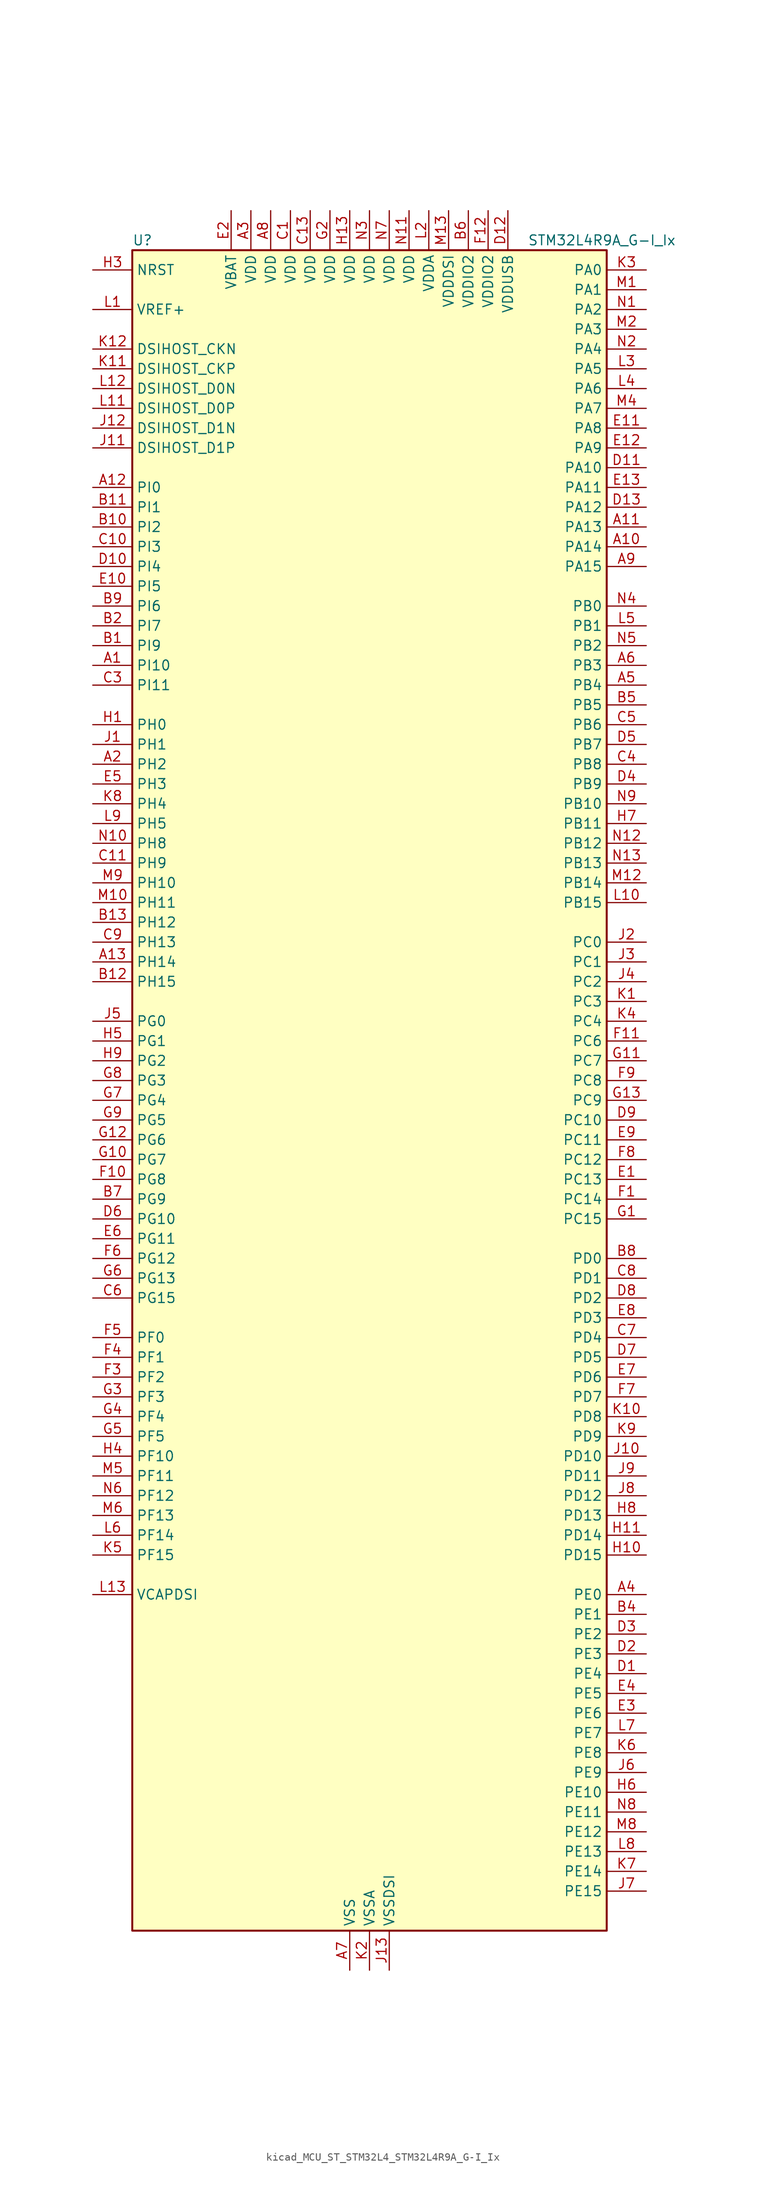
<source format=kicad_sym>
(kicad_symbol_lib
  (version 20220914)
  (generator kicad_symbol_editor)
  (symbol "kicad_MCU_ST_STM32L4_STM32L4R9A_G-I_Ix"
    (property "Reference" "U"
      (at -30.48 110.49 0)
      (effects (font (size 1.27 1.27)) (justify left)))
    (property "Value" "STM32L4R9A_G-I_Ix"
      (at 20.32 110.49 0)
      (effects (font (size 1.27 1.27)) (justify left)))
    (property "ki_locked" ""
      (at 0 0 0)
      (effects (font (size 1.27 1.27))))
    (symbol "kicad_MCU_ST_STM32L4_STM32L4R9A_G-I_Ix_0_1"
      (rectangle (start -30.48 -106.68) (end 30.48 109.22) (stroke (width 0.254) (type default)) (fill (type background))))
    (symbol "kicad_MCU_ST_STM32L4_STM32L4R9A_G-I_Ix_1_1"
      (pin bidirectional line (at -35.56 55.88 0) (length 5.08) (name "PI10" (effects (font (size 1.27 1.27)))) (number "A1" (effects (font (size 1.27 1.27)))) (alternate "OCTOSPIM_P2_IO1" bidirectional line))
      (pin bidirectional line (at 35.56 71.12 180) (length 5.08) (name "PA14" (effects (font (size 1.27 1.27)))) (number "A10" (effects (font (size 1.27 1.27)))) (alternate "I2C1_SMBA" bidirectional line) (alternate "I2C4_SMBA" bidirectional line) (alternate "LPTIM1_OUT" bidirectional line) (alternate "SAI1_FS_B" bidirectional line) (alternate "SYS_JTCK-SWCLK" bidirectional line) (alternate "USB_OTG_FS_SOF" bidirectional line))
      (pin bidirectional line (at 35.56 73.66 180) (length 5.08) (name "PA13" (effects (font (size 1.27 1.27)))) (number "A11" (effects (font (size 1.27 1.27)))) (alternate "IR_OUT" bidirectional line) (alternate "SAI1_SD_B" bidirectional line) (alternate "SYS_JTMS-SWDIO" bidirectional line) (alternate "USB_OTG_FS_NOE" bidirectional line))
      (pin bidirectional line (at -35.56 78.74 0) (length 5.08) (name "PI0" (effects (font (size 1.27 1.27)))) (number "A12" (effects (font (size 1.27 1.27)))) (alternate "DCMI_D13" bidirectional line) (alternate "OCTOSPIM_P1_IO5" bidirectional line) (alternate "SPI2_NSS" bidirectional line) (alternate "TIM5_CH4" bidirectional line))
      (pin bidirectional line (at -35.56 17.78 0) (length 5.08) (name "PH14" (effects (font (size 1.27 1.27)))) (number "A13" (effects (font (size 1.27 1.27)))) (alternate "DCMI_D4" bidirectional line) (alternate "TIM8_CH2N" bidirectional line))
      (pin bidirectional line (at -35.56 43.18 0) (length 5.08) (name "PH2" (effects (font (size 1.27 1.27)))) (number "A2" (effects (font (size 1.27 1.27)))) (alternate "OCTOSPIM_P1_IO4" bidirectional line))
      (pin power_in line (at -15.24 114.3 270) (length 5.08) (name "VDD" (effects (font (size 1.27 1.27)))) (number "A3" (effects (font (size 1.27 1.27)))))
      (pin bidirectional line (at 35.56 -63.5 180) (length 5.08) (name "PE0" (effects (font (size 1.27 1.27)))) (number "A4" (effects (font (size 1.27 1.27)))) (alternate "DCMI_D2" bidirectional line) (alternate "FMC_NBL0" bidirectional line) (alternate "LTDC_HSYNC" bidirectional line) (alternate "TIM16_CH1" bidirectional line) (alternate "TIM4_ETR" bidirectional line))
      (pin bidirectional line (at 35.56 53.34 180) (length 5.08) (name "PB4" (effects (font (size 1.27 1.27)))) (number "A5" (effects (font (size 1.27 1.27)))) (alternate "COMP2_INP" bidirectional line) (alternate "DCMI_D12" bidirectional line) (alternate "I2C3_SDA" bidirectional line) (alternate "SAI1_MCLK_B" bidirectional line) (alternate "SPI1_MISO" bidirectional line) (alternate "SPI3_MISO" bidirectional line) (alternate "SYS_JTRST" bidirectional line) (alternate "TIM17_BKIN" bidirectional line) (alternate "TIM3_CH1" bidirectional line) (alternate "TSC_G2_IO1" bidirectional line) (alternate "UART5_DE" bidirectional line) (alternate "UART5_RTS" bidirectional line) (alternate "USART1_CTS" bidirectional line) (alternate "USART1_NSS" bidirectional line))
      (pin bidirectional line (at 35.56 55.88 180) (length 5.08) (name "PB3" (effects (font (size 1.27 1.27)))) (number "A6" (effects (font (size 1.27 1.27)))) (alternate "COMP2_INM" bidirectional line) (alternate "CRS_SYNC" bidirectional line) (alternate "SAI1_SCK_B" bidirectional line) (alternate "SPI1_SCK" bidirectional line) (alternate "SPI3_SCK" bidirectional line) (alternate "SYS_JTDO-SWO" bidirectional line) (alternate "TIM2_CH2" bidirectional line) (alternate "USART1_DE" bidirectional line) (alternate "USART1_RTS" bidirectional line))
      (pin power_in line (at -2.54 -111.76 90) (length 5.08) (name "VSS" (effects (font (size 1.27 1.27)))) (number "A7" (effects (font (size 1.27 1.27)))))
      (pin power_in line (at -12.7 114.3 270) (length 5.08) (name "VDD" (effects (font (size 1.27 1.27)))) (number "A8" (effects (font (size 1.27 1.27)))))
      (pin bidirectional line (at 35.56 68.58 180) (length 5.08) (name "PA15" (effects (font (size 1.27 1.27)))) (number "A9" (effects (font (size 1.27 1.27)))) (alternate "ADC1_EXTI15" bidirectional line) (alternate "SAI2_FS_B" bidirectional line) (alternate "SPI1_NSS" bidirectional line) (alternate "SPI3_NSS" bidirectional line) (alternate "SYS_JTDI" bidirectional line) (alternate "TIM2_CH1" bidirectional line) (alternate "TIM2_ETR" bidirectional line) (alternate "TSC_G3_IO1" bidirectional line) (alternate "UART4_DE" bidirectional line) (alternate "UART4_RTS" bidirectional line) (alternate "USART2_RX" bidirectional line) (alternate "USART3_DE" bidirectional line) (alternate "USART3_RTS" bidirectional line))
      (pin bidirectional line (at -35.56 58.42 0) (length 5.08) (name "PI9" (effects (font (size 1.27 1.27)))) (number "B1" (effects (font (size 1.27 1.27)))) (alternate "CAN1_RX" bidirectional line) (alternate "DAC1_EXTI9" bidirectional line) (alternate "OCTOSPIM_P2_IO2" bidirectional line))
      (pin bidirectional line (at -35.56 73.66 0) (length 5.08) (name "PI2" (effects (font (size 1.27 1.27)))) (number "B10" (effects (font (size 1.27 1.27)))) (alternate "DCMI_D9" bidirectional line) (alternate "SPI2_MISO" bidirectional line) (alternate "TIM8_CH4" bidirectional line))
      (pin bidirectional line (at -35.56 76.2 0) (length 5.08) (name "PI1" (effects (font (size 1.27 1.27)))) (number "B11" (effects (font (size 1.27 1.27)))) (alternate "DCMI_D8" bidirectional line) (alternate "SPI2_SCK" bidirectional line))
      (pin bidirectional line (at -35.56 15.24 0) (length 5.08) (name "PH15" (effects (font (size 1.27 1.27)))) (number "B12" (effects (font (size 1.27 1.27)))) (alternate "ADC1_EXTI15" bidirectional line) (alternate "DCMI_D11" bidirectional line) (alternate "OCTOSPIM_P2_IO6" bidirectional line) (alternate "TIM8_CH3N" bidirectional line))
      (pin bidirectional line (at -35.56 22.86 0) (length 5.08) (name "PH12" (effects (font (size 1.27 1.27)))) (number "B13" (effects (font (size 1.27 1.27)))) (alternate "DCMI_D3" bidirectional line) (alternate "OCTOSPIM_P2_IO7" bidirectional line) (alternate "TIM5_CH3" bidirectional line))
      (pin bidirectional line (at -35.56 60.96 0) (length 5.08) (name "PI7" (effects (font (size 1.27 1.27)))) (number "B2" (effects (font (size 1.27 1.27)))) (alternate "DCMI_D7" bidirectional line) (alternate "TIM8_CH3" bidirectional line))
      (pin passive line (at -2.54 -111.76 90) (length 5.08) hide (name "VSS" (effects (font (size 1.27 1.27)))) (number "B3" (effects (font (size 1.27 1.27)))))
      (pin bidirectional line (at 35.56 -66.04 180) (length 5.08) (name "PE1" (effects (font (size 1.27 1.27)))) (number "B4" (effects (font (size 1.27 1.27)))) (alternate "DCMI_D3" bidirectional line) (alternate "FMC_NBL1" bidirectional line) (alternate "LTDC_VSYNC" bidirectional line) (alternate "TIM17_CH1" bidirectional line))
      (pin bidirectional line (at 35.56 50.8 180) (length 5.08) (name "PB5" (effects (font (size 1.27 1.27)))) (number "B5" (effects (font (size 1.27 1.27)))) (alternate "COMP2_OUT" bidirectional line) (alternate "DCMI_D10" bidirectional line) (alternate "I2C1_SMBA" bidirectional line) (alternate "LPTIM1_IN1" bidirectional line) (alternate "SAI1_SD_B" bidirectional line) (alternate "SPI1_MOSI" bidirectional line) (alternate "SPI3_MOSI" bidirectional line) (alternate "TIM16_BKIN" bidirectional line) (alternate "TIM3_CH2" bidirectional line) (alternate "TSC_G2_IO2" bidirectional line) (alternate "UART5_CTS" bidirectional line) (alternate "USART1_CK" bidirectional line))
      (pin power_in line (at 12.7 114.3 270) (length 5.08) (name "VDDIO2" (effects (font (size 1.27 1.27)))) (number "B6" (effects (font (size 1.27 1.27)))))
      (pin bidirectional line (at -35.56 -12.7 0) (length 5.08) (name "PG9" (effects (font (size 1.27 1.27)))) (number "B7" (effects (font (size 1.27 1.27)))) (alternate "DAC1_EXTI9" bidirectional line) (alternate "FMC_NCE" bidirectional line) (alternate "FMC_NE2" bidirectional line) (alternate "OCTOSPIM_P2_IO6" bidirectional line) (alternate "SAI2_SCK_A" bidirectional line) (alternate "SPI3_SCK" bidirectional line) (alternate "TIM15_CH1N" bidirectional line) (alternate "USART1_TX" bidirectional line))
      (pin bidirectional line (at 35.56 -20.32 180) (length 5.08) (name "PD0" (effects (font (size 1.27 1.27)))) (number "B8" (effects (font (size 1.27 1.27)))) (alternate "CAN1_RX" bidirectional line) (alternate "DFSDM1_DATIN7" bidirectional line) (alternate "FMC_D2" bidirectional line) (alternate "FMC_DA2" bidirectional line) (alternate "LTDC_B4" bidirectional line) (alternate "SPI2_NSS" bidirectional line))
      (pin bidirectional line (at -35.56 63.5 0) (length 5.08) (name "PI6" (effects (font (size 1.27 1.27)))) (number "B9" (effects (font (size 1.27 1.27)))) (alternate "DCMI_D6" bidirectional line) (alternate "OCTOSPIM_P2_CLK" bidirectional line) (alternate "TIM8_CH2" bidirectional line))
      (pin power_in line (at -10.16 114.3 270) (length 5.08) (name "VDD" (effects (font (size 1.27 1.27)))) (number "C1" (effects (font (size 1.27 1.27)))))
      (pin bidirectional line (at -35.56 71.12 0) (length 5.08) (name "PI3" (effects (font (size 1.27 1.27)))) (number "C10" (effects (font (size 1.27 1.27)))) (alternate "DCMI_D10" bidirectional line) (alternate "SPI2_MOSI" bidirectional line) (alternate "TIM8_ETR" bidirectional line))
      (pin bidirectional line (at -35.56 30.48 0) (length 5.08) (name "PH9" (effects (font (size 1.27 1.27)))) (number "C11" (effects (font (size 1.27 1.27)))) (alternate "DAC1_EXTI9" bidirectional line) (alternate "DCMI_D0" bidirectional line) (alternate "I2C3_SMBA" bidirectional line) (alternate "OCTOSPIM_P2_IO4" bidirectional line))
      (pin passive line (at -2.54 -111.76 90) (length 5.08) hide (name "VSS" (effects (font (size 1.27 1.27)))) (number "C12" (effects (font (size 1.27 1.27)))))
      (pin power_in line (at -7.62 114.3 270) (length 5.08) (name "VDD" (effects (font (size 1.27 1.27)))) (number "C13" (effects (font (size 1.27 1.27)))))
      (pin passive line (at -2.54 -111.76 90) (length 5.08) hide (name "VSS" (effects (font (size 1.27 1.27)))) (number "C2" (effects (font (size 1.27 1.27)))))
      (pin bidirectional line (at -35.56 53.34 0) (length 5.08) (name "PI11" (effects (font (size 1.27 1.27)))) (number "C3" (effects (font (size 1.27 1.27)))) (alternate "ADC1_EXTI11" bidirectional line) (alternate "OCTOSPIM_P2_IO0" bidirectional line))
      (pin bidirectional line (at 35.56 43.18 180) (length 5.08) (name "PB8" (effects (font (size 1.27 1.27)))) (number "C4" (effects (font (size 1.27 1.27)))) (alternate "CAN1_RX" bidirectional line) (alternate "DCMI_D6" bidirectional line) (alternate "DFSDM1_CKOUT" bidirectional line) (alternate "DFSDM1_DATIN6" bidirectional line) (alternate "I2C1_SCL" bidirectional line) (alternate "LTDC_B1" bidirectional line) (alternate "SAI1_CK1" bidirectional line) (alternate "SAI1_MCLK_A" bidirectional line) (alternate "SDMMC1_CKIN" bidirectional line) (alternate "SDMMC1_D4" bidirectional line) (alternate "TIM16_CH1" bidirectional line) (alternate "TIM4_CH3" bidirectional line))
      (pin bidirectional line (at 35.56 48.26 180) (length 5.08) (name "PB6" (effects (font (size 1.27 1.27)))) (number "C5" (effects (font (size 1.27 1.27)))) (alternate "COMP2_INP" bidirectional line) (alternate "DCMI_D5" bidirectional line) (alternate "DFSDM1_DATIN5" bidirectional line) (alternate "I2C1_SCL" bidirectional line) (alternate "I2C4_SCL" bidirectional line) (alternate "LPTIM1_ETR" bidirectional line) (alternate "SAI1_FS_B" bidirectional line) (alternate "TIM16_CH1N" bidirectional line) (alternate "TIM4_CH1" bidirectional line) (alternate "TIM8_BKIN2" bidirectional line) (alternate "TSC_G2_IO3" bidirectional line) (alternate "USART1_TX" bidirectional line))
      (pin bidirectional line (at -35.56 -25.4 0) (length 5.08) (name "PG15" (effects (font (size 1.27 1.27)))) (number "C6" (effects (font (size 1.27 1.27)))) (alternate "ADC1_EXTI15" bidirectional line) (alternate "DCMI_D13" bidirectional line) (alternate "I2C1_SMBA" bidirectional line) (alternate "LPTIM1_OUT" bidirectional line) (alternate "OCTOSPIM_P2_DQS" bidirectional line))
      (pin bidirectional line (at 35.56 -30.48 180) (length 5.08) (name "PD4" (effects (font (size 1.27 1.27)))) (number "C7" (effects (font (size 1.27 1.27)))) (alternate "DFSDM1_CKIN0" bidirectional line) (alternate "FMC_NOE" bidirectional line) (alternate "OCTOSPIM_P1_IO4" bidirectional line) (alternate "SPI2_MOSI" bidirectional line) (alternate "USART2_DE" bidirectional line) (alternate "USART2_RTS" bidirectional line))
      (pin bidirectional line (at 35.56 -22.86 180) (length 5.08) (name "PD1" (effects (font (size 1.27 1.27)))) (number "C8" (effects (font (size 1.27 1.27)))) (alternate "CAN1_TX" bidirectional line) (alternate "DFSDM1_CKIN7" bidirectional line) (alternate "FMC_D3" bidirectional line) (alternate "FMC_DA3" bidirectional line) (alternate "LTDC_B5" bidirectional line) (alternate "SPI2_SCK" bidirectional line))
      (pin bidirectional line (at -35.56 20.32 0) (length 5.08) (name "PH13" (effects (font (size 1.27 1.27)))) (number "C9" (effects (font (size 1.27 1.27)))) (alternate "CAN1_TX" bidirectional line) (alternate "TIM8_CH1N" bidirectional line))
      (pin bidirectional line (at 35.56 -73.66 180) (length 5.08) (name "PE4" (effects (font (size 1.27 1.27)))) (number "D1" (effects (font (size 1.27 1.27)))) (alternate "DCMI_D4" bidirectional line) (alternate "DFSDM1_DATIN3" bidirectional line) (alternate "FMC_A20" bidirectional line) (alternate "LTDC_B0" bidirectional line) (alternate "SAI1_D2" bidirectional line) (alternate "SAI1_FS_A" bidirectional line) (alternate "SYS_TRACED1" bidirectional line) (alternate "TIM3_CH2" bidirectional line) (alternate "TSC_G7_IO3" bidirectional line))
      (pin bidirectional line (at -35.56 68.58 0) (length 5.08) (name "PI4" (effects (font (size 1.27 1.27)))) (number "D10" (effects (font (size 1.27 1.27)))) (alternate "DCMI_D5" bidirectional line) (alternate "TIM8_BKIN" bidirectional line))
      (pin bidirectional line (at 35.56 81.28 180) (length 5.08) (name "PA10" (effects (font (size 1.27 1.27)))) (number "D11" (effects (font (size 1.27 1.27)))) (alternate "DCMI_D1" bidirectional line) (alternate "SAI1_D1" bidirectional line) (alternate "SAI1_SD_A" bidirectional line) (alternate "TIM17_BKIN" bidirectional line) (alternate "TIM1_CH3" bidirectional line) (alternate "USART1_RX" bidirectional line) (alternate "USB_OTG_FS_ID" bidirectional line))
      (pin power_in line (at 17.78 114.3 270) (length 5.08) (name "VDDUSB" (effects (font (size 1.27 1.27)))) (number "D12" (effects (font (size 1.27 1.27)))))
      (pin bidirectional line (at 35.56 76.2 180) (length 5.08) (name "PA12" (effects (font (size 1.27 1.27)))) (number "D13" (effects (font (size 1.27 1.27)))) (alternate "CAN1_TX" bidirectional line) (alternate "SPI1_MOSI" bidirectional line) (alternate "TIM1_ETR" bidirectional line) (alternate "USART1_DE" bidirectional line) (alternate "USART1_RTS" bidirectional line) (alternate "USB_OTG_FS_DP" bidirectional line))
      (pin bidirectional line (at 35.56 -71.12 180) (length 5.08) (name "PE3" (effects (font (size 1.27 1.27)))) (number "D2" (effects (font (size 1.27 1.27)))) (alternate "FMC_A19" bidirectional line) (alternate "LTDC_R1" bidirectional line) (alternate "OCTOSPIM_P1_DQS" bidirectional line) (alternate "SAI1_SD_B" bidirectional line) (alternate "SYS_TRACED0" bidirectional line) (alternate "TIM3_CH1" bidirectional line) (alternate "TSC_G7_IO2" bidirectional line))
      (pin bidirectional line (at 35.56 -68.58 180) (length 5.08) (name "PE2" (effects (font (size 1.27 1.27)))) (number "D3" (effects (font (size 1.27 1.27)))) (alternate "FMC_A23" bidirectional line) (alternate "LTDC_R0" bidirectional line) (alternate "SAI1_CK1" bidirectional line) (alternate "SAI1_MCLK_A" bidirectional line) (alternate "SYS_TRACECLK" bidirectional line) (alternate "TIM3_ETR" bidirectional line) (alternate "TSC_G7_IO1" bidirectional line))
      (pin bidirectional line (at 35.56 40.64 180) (length 5.08) (name "PB9" (effects (font (size 1.27 1.27)))) (number "D4" (effects (font (size 1.27 1.27)))) (alternate "CAN1_TX" bidirectional line) (alternate "DAC1_EXTI9" bidirectional line) (alternate "DCMI_D7" bidirectional line) (alternate "DFSDM1_CKIN6" bidirectional line) (alternate "I2C1_SDA" bidirectional line) (alternate "IR_OUT" bidirectional line) (alternate "SAI1_D2" bidirectional line) (alternate "SAI1_FS_A" bidirectional line) (alternate "SDMMC1_CDIR" bidirectional line) (alternate "SDMMC1_D5" bidirectional line) (alternate "SPI2_NSS" bidirectional line) (alternate "TIM17_CH1" bidirectional line) (alternate "TIM4_CH4" bidirectional line))
      (pin bidirectional line (at 35.56 45.72 180) (length 5.08) (name "PB7" (effects (font (size 1.27 1.27)))) (number "D5" (effects (font (size 1.27 1.27)))) (alternate "COMP2_INM" bidirectional line) (alternate "DCMI_VSYNC" bidirectional line) (alternate "DFSDM1_CKIN5" bidirectional line) (alternate "DSIHOST_TE" bidirectional line) (alternate "FMC_NL" bidirectional line) (alternate "I2C1_SDA" bidirectional line) (alternate "I2C4_SDA" bidirectional line) (alternate "LPTIM1_IN2" bidirectional line) (alternate "SYS_PVD_IN" bidirectional line) (alternate "TIM17_CH1N" bidirectional line) (alternate "TIM4_CH2" bidirectional line) (alternate "TIM8_BKIN" bidirectional line) (alternate "TSC_G2_IO4" bidirectional line) (alternate "UART4_CTS" bidirectional line) (alternate "USART1_RX" bidirectional line))
      (pin bidirectional line (at -35.56 -15.24 0) (length 5.08) (name "PG10" (effects (font (size 1.27 1.27)))) (number "D6" (effects (font (size 1.27 1.27)))) (alternate "FMC_NE3" bidirectional line) (alternate "LPTIM1_IN1" bidirectional line) (alternate "OCTOSPIM_P2_IO7" bidirectional line) (alternate "SAI2_FS_A" bidirectional line) (alternate "SPI3_MISO" bidirectional line) (alternate "TIM15_CH1" bidirectional line) (alternate "USART1_RX" bidirectional line))
      (pin bidirectional line (at 35.56 -33.02 180) (length 5.08) (name "PD5" (effects (font (size 1.27 1.27)))) (number "D7" (effects (font (size 1.27 1.27)))) (alternate "FMC_NWE" bidirectional line) (alternate "OCTOSPIM_P1_IO5" bidirectional line) (alternate "USART2_TX" bidirectional line))
      (pin bidirectional line (at 35.56 -25.4 180) (length 5.08) (name "PD2" (effects (font (size 1.27 1.27)))) (number "D8" (effects (font (size 1.27 1.27)))) (alternate "DCMI_D11" bidirectional line) (alternate "SDMMC1_CMD" bidirectional line) (alternate "SYS_TRACED2" bidirectional line) (alternate "TIM3_ETR" bidirectional line) (alternate "TSC_SYNC" bidirectional line) (alternate "UART5_RX" bidirectional line) (alternate "USART3_DE" bidirectional line) (alternate "USART3_RTS" bidirectional line))
      (pin bidirectional line (at 35.56 -2.54 180) (length 5.08) (name "PC10" (effects (font (size 1.27 1.27)))) (number "D9" (effects (font (size 1.27 1.27)))) (alternate "DCMI_D8" bidirectional line) (alternate "SAI2_SCK_B" bidirectional line) (alternate "SDMMC1_D2" bidirectional line) (alternate "SPI3_SCK" bidirectional line) (alternate "SYS_TRACED1" bidirectional line) (alternate "TSC_G3_IO2" bidirectional line) (alternate "UART4_TX" bidirectional line) (alternate "USART3_TX" bidirectional line))
      (pin bidirectional line (at 35.56 -10.16 180) (length 5.08) (name "PC13" (effects (font (size 1.27 1.27)))) (number "E1" (effects (font (size 1.27 1.27)))) (alternate "RTC_OUT_ALARM" bidirectional line) (alternate "RTC_OUT_CALIB" bidirectional line) (alternate "RTC_TAMP1" bidirectional line) (alternate "RTC_TS" bidirectional line) (alternate "SYS_WKUP2" bidirectional line))
      (pin bidirectional line (at -35.56 66.04 0) (length 5.08) (name "PI5" (effects (font (size 1.27 1.27)))) (number "E10" (effects (font (size 1.27 1.27)))) (alternate "DCMI_VSYNC" bidirectional line) (alternate "OCTOSPIM_P2_NCS" bidirectional line) (alternate "TIM8_CH1" bidirectional line))
      (pin bidirectional line (at 35.56 86.36 180) (length 5.08) (name "PA8" (effects (font (size 1.27 1.27)))) (number "E11" (effects (font (size 1.27 1.27)))) (alternate "LPTIM2_OUT" bidirectional line) (alternate "RCC_MCO" bidirectional line) (alternate "SAI1_CK2" bidirectional line) (alternate "SAI1_SCK_A" bidirectional line) (alternate "TIM1_CH1" bidirectional line) (alternate "USART1_CK" bidirectional line) (alternate "USB_OTG_FS_SOF" bidirectional line))
      (pin bidirectional line (at 35.56 83.82 180) (length 5.08) (name "PA9" (effects (font (size 1.27 1.27)))) (number "E12" (effects (font (size 1.27 1.27)))) (alternate "DAC1_EXTI9" bidirectional line) (alternate "DCMI_D0" bidirectional line) (alternate "SAI1_FS_A" bidirectional line) (alternate "SPI2_SCK" bidirectional line) (alternate "TIM15_BKIN" bidirectional line) (alternate "TIM1_CH2" bidirectional line) (alternate "USART1_TX" bidirectional line) (alternate "USB_OTG_FS_VBUS" bidirectional line))
      (pin bidirectional line (at 35.56 78.74 180) (length 5.08) (name "PA11" (effects (font (size 1.27 1.27)))) (number "E13" (effects (font (size 1.27 1.27)))) (alternate "ADC1_EXTI11" bidirectional line) (alternate "CAN1_RX" bidirectional line) (alternate "SPI1_MISO" bidirectional line) (alternate "TIM1_BKIN2" bidirectional line) (alternate "TIM1_CH4" bidirectional line) (alternate "USART1_CTS" bidirectional line) (alternate "USART1_NSS" bidirectional line) (alternate "USB_OTG_FS_DM" bidirectional line))
      (pin power_in line (at -17.78 114.3 270) (length 5.08) (name "VBAT" (effects (font (size 1.27 1.27)))) (number "E2" (effects (font (size 1.27 1.27)))))
      (pin bidirectional line (at 35.56 -78.74 180) (length 5.08) (name "PE6" (effects (font (size 1.27 1.27)))) (number "E3" (effects (font (size 1.27 1.27)))) (alternate "DCMI_D7" bidirectional line) (alternate "FMC_A22" bidirectional line) (alternate "LTDC_G1" bidirectional line) (alternate "RTC_TAMP3" bidirectional line) (alternate "SAI1_D1" bidirectional line) (alternate "SAI1_SD_A" bidirectional line) (alternate "SYS_TRACED3" bidirectional line) (alternate "SYS_WKUP3" bidirectional line) (alternate "TIM3_CH4" bidirectional line))
      (pin bidirectional line (at 35.56 -76.2 180) (length 5.08) (name "PE5" (effects (font (size 1.27 1.27)))) (number "E4" (effects (font (size 1.27 1.27)))) (alternate "DCMI_D6" bidirectional line) (alternate "DFSDM1_CKIN3" bidirectional line) (alternate "FMC_A21" bidirectional line) (alternate "LTDC_G0" bidirectional line) (alternate "SAI1_CK2" bidirectional line) (alternate "SAI1_SCK_A" bidirectional line) (alternate "SYS_TRACED2" bidirectional line) (alternate "TIM3_CH3" bidirectional line) (alternate "TSC_G7_IO4" bidirectional line))
      (pin bidirectional line (at -35.56 40.64 0) (length 5.08) (name "PH3" (effects (font (size 1.27 1.27)))) (number "E5" (effects (font (size 1.27 1.27)))))
      (pin bidirectional line (at -35.56 -17.78 0) (length 5.08) (name "PG11" (effects (font (size 1.27 1.27)))) (number "E6" (effects (font (size 1.27 1.27)))) (alternate "ADC1_EXTI11" bidirectional line) (alternate "LPTIM1_IN2" bidirectional line) (alternate "OCTOSPIM_P1_IO5" bidirectional line) (alternate "SAI2_MCLK_A" bidirectional line) (alternate "SPI3_MOSI" bidirectional line) (alternate "TIM15_CH2" bidirectional line) (alternate "USART1_CTS" bidirectional line) (alternate "USART1_NSS" bidirectional line))
      (pin bidirectional line (at 35.56 -35.56 180) (length 5.08) (name "PD6" (effects (font (size 1.27 1.27)))) (number "E7" (effects (font (size 1.27 1.27)))) (alternate "DCMI_D10" bidirectional line) (alternate "DFSDM1_DATIN1" bidirectional line) (alternate "FMC_NWAIT" bidirectional line) (alternate "LTDC_DE" bidirectional line) (alternate "OCTOSPIM_P1_IO6" bidirectional line) (alternate "SAI1_D1" bidirectional line) (alternate "SAI1_SD_A" bidirectional line) (alternate "SPI3_MOSI" bidirectional line) (alternate "USART2_RX" bidirectional line))
      (pin bidirectional line (at 35.56 -27.94 180) (length 5.08) (name "PD3" (effects (font (size 1.27 1.27)))) (number "E8" (effects (font (size 1.27 1.27)))) (alternate "DCMI_D5" bidirectional line) (alternate "DFSDM1_DATIN0" bidirectional line) (alternate "FMC_CLK" bidirectional line) (alternate "LTDC_CLK" bidirectional line) (alternate "OCTOSPIM_P2_NCS" bidirectional line) (alternate "SPI2_MISO" bidirectional line) (alternate "SPI2_SCK" bidirectional line) (alternate "USART2_CTS" bidirectional line) (alternate "USART2_NSS" bidirectional line))
      (pin bidirectional line (at 35.56 -5.08 180) (length 5.08) (name "PC11" (effects (font (size 1.27 1.27)))) (number "E9" (effects (font (size 1.27 1.27)))) (alternate "ADC1_EXTI11" bidirectional line) (alternate "DCMI_D2" bidirectional line) (alternate "DCMI_D4" bidirectional line) (alternate "OCTOSPIM_P1_NCS" bidirectional line) (alternate "SAI2_MCLK_B" bidirectional line) (alternate "SDMMC1_D3" bidirectional line) (alternate "SPI3_MISO" bidirectional line) (alternate "TSC_G3_IO3" bidirectional line) (alternate "UART4_RX" bidirectional line) (alternate "USART3_RX" bidirectional line))
      (pin bidirectional line (at 35.56 -12.7 180) (length 5.08) (name "PC14" (effects (font (size 1.27 1.27)))) (number "F1" (effects (font (size 1.27 1.27)))) (alternate "RCC_OSC32_IN" bidirectional line))
      (pin bidirectional line (at -35.56 -10.16 0) (length 5.08) (name "PG8" (effects (font (size 1.27 1.27)))) (number "F10" (effects (font (size 1.27 1.27)))) (alternate "I2C3_SDA" bidirectional line) (alternate "LPUART1_RX" bidirectional line))
      (pin bidirectional line (at 35.56 7.62 180) (length 5.08) (name "PC6" (effects (font (size 1.27 1.27)))) (number "F11" (effects (font (size 1.27 1.27)))) (alternate "DCMI_D0" bidirectional line) (alternate "DFSDM1_CKIN3" bidirectional line) (alternate "LTDC_R0" bidirectional line) (alternate "SAI2_MCLK_A" bidirectional line) (alternate "SDMMC1_D0DIR" bidirectional line) (alternate "SDMMC1_D6" bidirectional line) (alternate "TIM3_CH1" bidirectional line) (alternate "TIM8_CH1" bidirectional line) (alternate "TSC_G4_IO1" bidirectional line))
      (pin power_in line (at 15.24 114.3 270) (length 5.08) (name "VDDIO2" (effects (font (size 1.27 1.27)))) (number "F12" (effects (font (size 1.27 1.27)))))
      (pin passive line (at -2.54 -111.76 90) (length 5.08) hide (name "VSS" (effects (font (size 1.27 1.27)))) (number "F13" (effects (font (size 1.27 1.27)))))
      (pin passive line (at -2.54 -111.76 90) (length 5.08) hide (name "VSS" (effects (font (size 1.27 1.27)))) (number "F2" (effects (font (size 1.27 1.27)))))
      (pin bidirectional line (at -35.56 -35.56 0) (length 5.08) (name "PF2" (effects (font (size 1.27 1.27)))) (number "F3" (effects (font (size 1.27 1.27)))) (alternate "FMC_A2" bidirectional line) (alternate "I2C2_SMBA" bidirectional line) (alternate "OCTOSPIM_P2_IO2" bidirectional line))
      (pin bidirectional line (at -35.56 -33.02 0) (length 5.08) (name "PF1" (effects (font (size 1.27 1.27)))) (number "F4" (effects (font (size 1.27 1.27)))) (alternate "FMC_A1" bidirectional line) (alternate "I2C2_SCL" bidirectional line) (alternate "OCTOSPIM_P2_IO1" bidirectional line))
      (pin bidirectional line (at -35.56 -30.48 0) (length 5.08) (name "PF0" (effects (font (size 1.27 1.27)))) (number "F5" (effects (font (size 1.27 1.27)))) (alternate "FMC_A0" bidirectional line) (alternate "I2C2_SDA" bidirectional line) (alternate "OCTOSPIM_P2_IO0" bidirectional line))
      (pin bidirectional line (at -35.56 -20.32 0) (length 5.08) (name "PG12" (effects (font (size 1.27 1.27)))) (number "F6" (effects (font (size 1.27 1.27)))) (alternate "FMC_NE4" bidirectional line) (alternate "LPTIM1_ETR" bidirectional line) (alternate "OCTOSPIM_P2_NCS" bidirectional line) (alternate "SAI2_SD_A" bidirectional line) (alternate "SPI3_NSS" bidirectional line) (alternate "USART1_DE" bidirectional line) (alternate "USART1_RTS" bidirectional line))
      (pin bidirectional line (at 35.56 -38.1 180) (length 5.08) (name "PD7" (effects (font (size 1.27 1.27)))) (number "F7" (effects (font (size 1.27 1.27)))) (alternate "DFSDM1_CKIN1" bidirectional line) (alternate "FMC_NCE" bidirectional line) (alternate "FMC_NE1" bidirectional line) (alternate "OCTOSPIM_P1_IO7" bidirectional line) (alternate "USART2_CK" bidirectional line))
      (pin bidirectional line (at 35.56 -7.62 180) (length 5.08) (name "PC12" (effects (font (size 1.27 1.27)))) (number "F8" (effects (font (size 1.27 1.27)))) (alternate "DCMI_D9" bidirectional line) (alternate "SAI2_SD_B" bidirectional line) (alternate "SDMMC1_CK" bidirectional line) (alternate "SPI3_MOSI" bidirectional line) (alternate "SYS_TRACED3" bidirectional line) (alternate "TSC_G3_IO4" bidirectional line) (alternate "UART5_TX" bidirectional line) (alternate "USART3_CK" bidirectional line))
      (pin bidirectional line (at 35.56 2.54 180) (length 5.08) (name "PC8" (effects (font (size 1.27 1.27)))) (number "F9" (effects (font (size 1.27 1.27)))) (alternate "DCMI_D2" bidirectional line) (alternate "SDMMC1_D0" bidirectional line) (alternate "TIM3_CH3" bidirectional line) (alternate "TIM8_CH3" bidirectional line) (alternate "TSC_G4_IO3" bidirectional line))
      (pin bidirectional line (at 35.56 -15.24 180) (length 5.08) (name "PC15" (effects (font (size 1.27 1.27)))) (number "G1" (effects (font (size 1.27 1.27)))) (alternate "ADC1_EXTI15" bidirectional line) (alternate "RCC_OSC32_OUT" bidirectional line))
      (pin bidirectional line (at -35.56 -7.62 0) (length 5.08) (name "PG7" (effects (font (size 1.27 1.27)))) (number "G10" (effects (font (size 1.27 1.27)))) (alternate "DFSDM1_CKOUT" bidirectional line) (alternate "FMC_INT" bidirectional line) (alternate "I2C3_SCL" bidirectional line) (alternate "LPUART1_TX" bidirectional line) (alternate "OCTOSPIM_P2_DQS" bidirectional line) (alternate "SAI1_CK1" bidirectional line) (alternate "SAI1_MCLK_A" bidirectional line))
      (pin bidirectional line (at 35.56 5.08 180) (length 5.08) (name "PC7" (effects (font (size 1.27 1.27)))) (number "G11" (effects (font (size 1.27 1.27)))) (alternate "DCMI_D1" bidirectional line) (alternate "DFSDM1_DATIN3" bidirectional line) (alternate "LTDC_R1" bidirectional line) (alternate "SAI2_MCLK_B" bidirectional line) (alternate "SDMMC1_D123DIR" bidirectional line) (alternate "SDMMC1_D7" bidirectional line) (alternate "TIM3_CH2" bidirectional line) (alternate "TIM8_CH2" bidirectional line) (alternate "TSC_G4_IO2" bidirectional line))
      (pin bidirectional line (at -35.56 -5.08 0) (length 5.08) (name "PG6" (effects (font (size 1.27 1.27)))) (number "G12" (effects (font (size 1.27 1.27)))) (alternate "DSIHOST_TE" bidirectional line) (alternate "I2C3_SMBA" bidirectional line) (alternate "LPUART1_DE" bidirectional line) (alternate "LPUART1_RTS" bidirectional line) (alternate "LTDC_R1" bidirectional line) (alternate "OCTOSPIM_P1_DQS" bidirectional line))
      (pin bidirectional line (at 35.56 0 180) (length 5.08) (name "PC9" (effects (font (size 1.27 1.27)))) (number "G13" (effects (font (size 1.27 1.27)))) (alternate "DAC1_EXTI9" bidirectional line) (alternate "DCMI_D3" bidirectional line) (alternate "I2C3_SDA" bidirectional line) (alternate "SAI2_EXTCLK" bidirectional line) (alternate "SDMMC1_D1" bidirectional line) (alternate "SYS_TRACED0" bidirectional line) (alternate "TIM3_CH4" bidirectional line) (alternate "TIM8_BKIN2" bidirectional line) (alternate "TIM8_CH4" bidirectional line) (alternate "TSC_G4_IO4" bidirectional line) (alternate "USB_OTG_FS_NOE" bidirectional line))
      (pin power_in line (at -5.08 114.3 270) (length 5.08) (name "VDD" (effects (font (size 1.27 1.27)))) (number "G2" (effects (font (size 1.27 1.27)))))
      (pin bidirectional line (at -35.56 -38.1 0) (length 5.08) (name "PF3" (effects (font (size 1.27 1.27)))) (number "G3" (effects (font (size 1.27 1.27)))) (alternate "FMC_A3" bidirectional line) (alternate "OCTOSPIM_P2_IO3" bidirectional line))
      (pin bidirectional line (at -35.56 -40.64 0) (length 5.08) (name "PF4" (effects (font (size 1.27 1.27)))) (number "G4" (effects (font (size 1.27 1.27)))) (alternate "FMC_A4" bidirectional line) (alternate "OCTOSPIM_P2_CLK" bidirectional line))
      (pin bidirectional line (at -35.56 -43.18 0) (length 5.08) (name "PF5" (effects (font (size 1.27 1.27)))) (number "G5" (effects (font (size 1.27 1.27)))) (alternate "FMC_A5" bidirectional line))
      (pin bidirectional line (at -35.56 -22.86 0) (length 5.08) (name "PG13" (effects (font (size 1.27 1.27)))) (number "G6" (effects (font (size 1.27 1.27)))) (alternate "FMC_A24" bidirectional line) (alternate "I2C1_SDA" bidirectional line) (alternate "LTDC_R0" bidirectional line) (alternate "USART1_CK" bidirectional line))
      (pin bidirectional line (at -35.56 0 0) (length 5.08) (name "PG4" (effects (font (size 1.27 1.27)))) (number "G7" (effects (font (size 1.27 1.27)))) (alternate "FMC_A14" bidirectional line) (alternate "SAI2_MCLK_B" bidirectional line) (alternate "SPI1_MOSI" bidirectional line))
      (pin bidirectional line (at -35.56 2.54 0) (length 5.08) (name "PG3" (effects (font (size 1.27 1.27)))) (number "G8" (effects (font (size 1.27 1.27)))) (alternate "FMC_A13" bidirectional line) (alternate "SAI2_FS_B" bidirectional line) (alternate "SPI1_MISO" bidirectional line))
      (pin bidirectional line (at -35.56 -2.54 0) (length 5.08) (name "PG5" (effects (font (size 1.27 1.27)))) (number "G9" (effects (font (size 1.27 1.27)))) (alternate "FMC_A15" bidirectional line) (alternate "LPUART1_CTS" bidirectional line) (alternate "SAI2_SD_B" bidirectional line) (alternate "SPI1_NSS" bidirectional line))
      (pin bidirectional line (at -35.56 48.26 0) (length 5.08) (name "PH0" (effects (font (size 1.27 1.27)))) (number "H1" (effects (font (size 1.27 1.27)))) (alternate "RCC_OSC_IN" bidirectional line))
      (pin bidirectional line (at 35.56 -58.42 180) (length 5.08) (name "PD15" (effects (font (size 1.27 1.27)))) (number "H10" (effects (font (size 1.27 1.27)))) (alternate "ADC1_EXTI15" bidirectional line) (alternate "FMC_D1" bidirectional line) (alternate "FMC_DA1" bidirectional line) (alternate "LTDC_B3" bidirectional line) (alternate "TIM4_CH4" bidirectional line))
      (pin bidirectional line (at 35.56 -55.88 180) (length 5.08) (name "PD14" (effects (font (size 1.27 1.27)))) (number "H11" (effects (font (size 1.27 1.27)))) (alternate "FMC_D0" bidirectional line) (alternate "FMC_DA0" bidirectional line) (alternate "LTDC_B2" bidirectional line) (alternate "TIM4_CH3" bidirectional line))
      (pin passive line (at -2.54 -111.76 90) (length 5.08) hide (name "VSS" (effects (font (size 1.27 1.27)))) (number "H12" (effects (font (size 1.27 1.27)))))
      (pin power_in line (at -2.54 114.3 270) (length 5.08) (name "VDD" (effects (font (size 1.27 1.27)))) (number "H13" (effects (font (size 1.27 1.27)))))
      (pin passive line (at -2.54 -111.76 90) (length 5.08) hide (name "VSS" (effects (font (size 1.27 1.27)))) (number "H2" (effects (font (size 1.27 1.27)))))
      (pin input line (at -35.56 106.68 0) (length 5.08) (name "NRST" (effects (font (size 1.27 1.27)))) (number "H3" (effects (font (size 1.27 1.27)))))
      (pin bidirectional line (at -35.56 -45.72 0) (length 5.08) (name "PF10" (effects (font (size 1.27 1.27)))) (number "H4" (effects (font (size 1.27 1.27)))) (alternate "DCMI_D11" bidirectional line) (alternate "DFSDM1_CKOUT" bidirectional line) (alternate "OCTOSPIM_P1_CLK" bidirectional line) (alternate "SAI1_D3" bidirectional line) (alternate "TIM15_CH2" bidirectional line))
      (pin bidirectional line (at -35.56 7.62 0) (length 5.08) (name "PG1" (effects (font (size 1.27 1.27)))) (number "H5" (effects (font (size 1.27 1.27)))) (alternate "FMC_A11" bidirectional line) (alternate "OCTOSPIM_P2_IO5" bidirectional line) (alternate "TSC_G8_IO4" bidirectional line))
      (pin bidirectional line (at 35.56 -88.9 180) (length 5.08) (name "PE10" (effects (font (size 1.27 1.27)))) (number "H6" (effects (font (size 1.27 1.27)))) (alternate "DFSDM1_DATIN4" bidirectional line) (alternate "FMC_D7" bidirectional line) (alternate "FMC_DA7" bidirectional line) (alternate "LTDC_G3" bidirectional line) (alternate "OCTOSPIM_P1_CLK" bidirectional line) (alternate "SAI1_MCLK_B" bidirectional line) (alternate "TIM1_CH2N" bidirectional line) (alternate "TSC_G5_IO1" bidirectional line))
      (pin bidirectional line (at 35.56 35.56 180) (length 5.08) (name "PB11" (effects (font (size 1.27 1.27)))) (number "H7" (effects (font (size 1.27 1.27)))) (alternate "ADC1_EXTI11" bidirectional line) (alternate "COMP2_OUT" bidirectional line) (alternate "DFSDM1_CKIN7" bidirectional line) (alternate "DSIHOST_TE" bidirectional line) (alternate "I2C2_SDA" bidirectional line) (alternate "I2C4_SDA" bidirectional line) (alternate "LPUART1_TX" bidirectional line) (alternate "OCTOSPIM_P1_NCS" bidirectional line) (alternate "TIM2_CH4" bidirectional line) (alternate "USART3_RX" bidirectional line))
      (pin bidirectional line (at 35.56 -53.34 180) (length 5.08) (name "PD13" (effects (font (size 1.27 1.27)))) (number "H8" (effects (font (size 1.27 1.27)))) (alternate "FMC_A18" bidirectional line) (alternate "I2C4_SDA" bidirectional line) (alternate "LPTIM2_OUT" bidirectional line) (alternate "TIM4_CH2" bidirectional line) (alternate "TSC_G6_IO4" bidirectional line))
      (pin bidirectional line (at -35.56 5.08 0) (length 5.08) (name "PG2" (effects (font (size 1.27 1.27)))) (number "H9" (effects (font (size 1.27 1.27)))) (alternate "FMC_A12" bidirectional line) (alternate "SAI2_SCK_B" bidirectional line) (alternate "SPI1_SCK" bidirectional line))
      (pin bidirectional line (at -35.56 45.72 0) (length 5.08) (name "PH1" (effects (font (size 1.27 1.27)))) (number "J1" (effects (font (size 1.27 1.27)))) (alternate "RCC_OSC_OUT" bidirectional line))
      (pin bidirectional line (at 35.56 -45.72 180) (length 5.08) (name "PD10" (effects (font (size 1.27 1.27)))) (number "J10" (effects (font (size 1.27 1.27)))) (alternate "FMC_D15" bidirectional line) (alternate "FMC_DA15" bidirectional line) (alternate "LTDC_R5" bidirectional line) (alternate "SAI2_SCK_A" bidirectional line) (alternate "TSC_G6_IO1" bidirectional line) (alternate "USART3_CK" bidirectional line))
      (pin bidirectional line (at -35.56 83.82 0) (length 5.08) (name "DSIHOST_D1P" (effects (font (size 1.27 1.27)))) (number "J11" (effects (font (size 1.27 1.27)))) (alternate "DSIHOST_D1P" bidirectional line))
      (pin bidirectional line (at -35.56 86.36 0) (length 5.08) (name "DSIHOST_D1N" (effects (font (size 1.27 1.27)))) (number "J12" (effects (font (size 1.27 1.27)))) (alternate "DSIHOST_D1N" bidirectional line))
      (pin power_in line (at 2.54 -111.76 90) (length 5.08) (name "VSSDSI" (effects (font (size 1.27 1.27)))) (number "J13" (effects (font (size 1.27 1.27)))))
      (pin bidirectional line (at 35.56 20.32 180) (length 5.08) (name "PC0" (effects (font (size 1.27 1.27)))) (number "J2" (effects (font (size 1.27 1.27)))) (alternate "ADC1_IN1" bidirectional line) (alternate "DFSDM1_DATIN4" bidirectional line) (alternate "I2C3_SCL" bidirectional line) (alternate "LPTIM1_IN1" bidirectional line) (alternate "LPTIM2_IN1" bidirectional line) (alternate "LPUART1_RX" bidirectional line) (alternate "SAI2_FS_A" bidirectional line))
      (pin bidirectional line (at 35.56 17.78 180) (length 5.08) (name "PC1" (effects (font (size 1.27 1.27)))) (number "J3" (effects (font (size 1.27 1.27)))) (alternate "ADC1_IN2" bidirectional line) (alternate "DFSDM1_CKIN4" bidirectional line) (alternate "I2C3_SDA" bidirectional line) (alternate "LPTIM1_OUT" bidirectional line) (alternate "LPUART1_TX" bidirectional line) (alternate "OCTOSPIM_P1_IO4" bidirectional line) (alternate "SAI1_SD_A" bidirectional line) (alternate "SPI2_MOSI" bidirectional line) (alternate "SYS_TRACED0" bidirectional line))
      (pin bidirectional line (at 35.56 15.24 180) (length 5.08) (name "PC2" (effects (font (size 1.27 1.27)))) (number "J4" (effects (font (size 1.27 1.27)))) (alternate "ADC1_IN3" bidirectional line) (alternate "DFSDM1_CKOUT" bidirectional line) (alternate "LPTIM1_IN2" bidirectional line) (alternate "OCTOSPIM_P1_IO5" bidirectional line) (alternate "SPI2_MISO" bidirectional line))
      (pin bidirectional line (at -35.56 10.16 0) (length 5.08) (name "PG0" (effects (font (size 1.27 1.27)))) (number "J5" (effects (font (size 1.27 1.27)))) (alternate "FMC_A10" bidirectional line) (alternate "OCTOSPIM_P2_IO4" bidirectional line) (alternate "TSC_G8_IO3" bidirectional line))
      (pin bidirectional line (at 35.56 -86.36 180) (length 5.08) (name "PE9" (effects (font (size 1.27 1.27)))) (number "J6" (effects (font (size 1.27 1.27)))) (alternate "DAC1_EXTI9" bidirectional line) (alternate "DFSDM1_CKOUT" bidirectional line) (alternate "FMC_D6" bidirectional line) (alternate "FMC_DA6" bidirectional line) (alternate "LTDC_G2" bidirectional line) (alternate "SAI1_FS_B" bidirectional line) (alternate "TIM1_CH1" bidirectional line))
      (pin bidirectional line (at 35.56 -101.6 180) (length 5.08) (name "PE15" (effects (font (size 1.27 1.27)))) (number "J7" (effects (font (size 1.27 1.27)))) (alternate "ADC1_EXTI15" bidirectional line) (alternate "FMC_D12" bidirectional line) (alternate "FMC_DA12" bidirectional line) (alternate "LTDC_R2" bidirectional line) (alternate "OCTOSPIM_P1_IO3" bidirectional line) (alternate "SPI1_MOSI" bidirectional line) (alternate "TIM1_BKIN" bidirectional line))
      (pin bidirectional line (at 35.56 -50.8 180) (length 5.08) (name "PD12" (effects (font (size 1.27 1.27)))) (number "J8" (effects (font (size 1.27 1.27)))) (alternate "FMC_A17" bidirectional line) (alternate "FMC_ALE" bidirectional line) (alternate "I2C4_SCL" bidirectional line) (alternate "LPTIM2_IN1" bidirectional line) (alternate "LTDC_R7" bidirectional line) (alternate "SAI2_FS_A" bidirectional line) (alternate "TIM4_CH1" bidirectional line) (alternate "TSC_G6_IO3" bidirectional line) (alternate "USART3_DE" bidirectional line) (alternate "USART3_RTS" bidirectional line))
      (pin bidirectional line (at 35.56 -48.26 180) (length 5.08) (name "PD11" (effects (font (size 1.27 1.27)))) (number "J9" (effects (font (size 1.27 1.27)))) (alternate "ADC1_EXTI11" bidirectional line) (alternate "FMC_A16" bidirectional line) (alternate "FMC_CLE" bidirectional line) (alternate "I2C4_SMBA" bidirectional line) (alternate "LPTIM2_ETR" bidirectional line) (alternate "LTDC_R6" bidirectional line) (alternate "SAI2_SD_A" bidirectional line) (alternate "TSC_G6_IO2" bidirectional line) (alternate "USART3_CTS" bidirectional line) (alternate "USART3_NSS" bidirectional line))
      (pin bidirectional line (at 35.56 12.7 180) (length 5.08) (name "PC3" (effects (font (size 1.27 1.27)))) (number "K1" (effects (font (size 1.27 1.27)))) (alternate "ADC1_IN4" bidirectional line) (alternate "LPTIM1_ETR" bidirectional line) (alternate "LPTIM2_ETR" bidirectional line) (alternate "OCTOSPIM_P1_IO6" bidirectional line) (alternate "SAI1_D1" bidirectional line) (alternate "SAI1_SD_A" bidirectional line) (alternate "SPI2_MOSI" bidirectional line))
      (pin bidirectional line (at 35.56 -40.64 180) (length 5.08) (name "PD8" (effects (font (size 1.27 1.27)))) (number "K10" (effects (font (size 1.27 1.27)))) (alternate "DCMI_HSYNC" bidirectional line) (alternate "FMC_D13" bidirectional line) (alternate "FMC_DA13" bidirectional line) (alternate "LTDC_R3" bidirectional line) (alternate "USART3_TX" bidirectional line))
      (pin bidirectional line (at -35.56 93.98 0) (length 5.08) (name "DSIHOST_CKP" (effects (font (size 1.27 1.27)))) (number "K11" (effects (font (size 1.27 1.27)))) (alternate "DSIHOST_CKP" bidirectional line))
      (pin bidirectional line (at -35.56 96.52 0) (length 5.08) (name "DSIHOST_CKN" (effects (font (size 1.27 1.27)))) (number "K12" (effects (font (size 1.27 1.27)))) (alternate "DSIHOST_CKN" bidirectional line))
      (pin passive line (at 2.54 -111.76 90) (length 5.08) hide (name "VSSDSI" (effects (font (size 1.27 1.27)))) (number "K13" (effects (font (size 1.27 1.27)))))
      (pin power_in line (at 0 -111.76 90) (length 5.08) (name "VSSA" (effects (font (size 1.27 1.27)))) (number "K2" (effects (font (size 1.27 1.27)))))
      (pin bidirectional line (at 35.56 106.68 180) (length 5.08) (name "PA0" (effects (font (size 1.27 1.27)))) (number "K3" (effects (font (size 1.27 1.27)))) (alternate "ADC1_IN5" bidirectional line) (alternate "OPAMP1_VINP" bidirectional line) (alternate "RTC_TAMP2" bidirectional line) (alternate "SAI1_EXTCLK" bidirectional line) (alternate "SYS_WKUP1" bidirectional line) (alternate "TIM2_CH1" bidirectional line) (alternate "TIM2_ETR" bidirectional line) (alternate "TIM5_CH1" bidirectional line) (alternate "TIM8_ETR" bidirectional line) (alternate "UART4_TX" bidirectional line) (alternate "USART2_CTS" bidirectional line) (alternate "USART2_NSS" bidirectional line))
      (pin bidirectional line (at 35.56 10.16 180) (length 5.08) (name "PC4" (effects (font (size 1.27 1.27)))) (number "K4" (effects (font (size 1.27 1.27)))) (alternate "ADC1_IN13" bidirectional line) (alternate "COMP1_INM" bidirectional line) (alternate "OCTOSPIM_P1_IO7" bidirectional line) (alternate "USART3_TX" bidirectional line))
      (pin bidirectional line (at -35.56 -58.42 0) (length 5.08) (name "PF15" (effects (font (size 1.27 1.27)))) (number "K5" (effects (font (size 1.27 1.27)))) (alternate "ADC1_EXTI15" bidirectional line) (alternate "FMC_A9" bidirectional line) (alternate "I2C4_SDA" bidirectional line) (alternate "LTDC_G1" bidirectional line) (alternate "TSC_G8_IO2" bidirectional line))
      (pin bidirectional line (at 35.56 -83.82 180) (length 5.08) (name "PE8" (effects (font (size 1.27 1.27)))) (number "K6" (effects (font (size 1.27 1.27)))) (alternate "DFSDM1_CKIN2" bidirectional line) (alternate "FMC_D5" bidirectional line) (alternate "FMC_DA5" bidirectional line) (alternate "LTDC_B7" bidirectional line) (alternate "SAI1_SCK_B" bidirectional line) (alternate "TIM1_CH1N" bidirectional line))
      (pin bidirectional line (at 35.56 -99.06 180) (length 5.08) (name "PE14" (effects (font (size 1.27 1.27)))) (number "K7" (effects (font (size 1.27 1.27)))) (alternate "FMC_D11" bidirectional line) (alternate "FMC_DA11" bidirectional line) (alternate "LTDC_G7" bidirectional line) (alternate "OCTOSPIM_P1_IO2" bidirectional line) (alternate "SPI1_MISO" bidirectional line) (alternate "TIM1_BKIN2" bidirectional line) (alternate "TIM1_CH4" bidirectional line))
      (pin bidirectional line (at -35.56 38.1 0) (length 5.08) (name "PH4" (effects (font (size 1.27 1.27)))) (number "K8" (effects (font (size 1.27 1.27)))) (alternate "I2C2_SCL" bidirectional line) (alternate "OCTOSPIM_P2_DQS" bidirectional line))
      (pin bidirectional line (at 35.56 -43.18 180) (length 5.08) (name "PD9" (effects (font (size 1.27 1.27)))) (number "K9" (effects (font (size 1.27 1.27)))) (alternate "DAC1_EXTI9" bidirectional line) (alternate "DCMI_PIXCLK" bidirectional line) (alternate "FMC_D14" bidirectional line) (alternate "FMC_DA14" bidirectional line) (alternate "LTDC_R4" bidirectional line) (alternate "SAI2_MCLK_A" bidirectional line) (alternate "USART3_RX" bidirectional line))
      (pin input line (at -35.56 101.6 0) (length 5.08) (name "VREF+" (effects (font (size 1.27 1.27)))) (number "L1" (effects (font (size 1.27 1.27)))) (alternate "VREFBUF_OUT" bidirectional line))
      (pin bidirectional line (at 35.56 25.4 180) (length 5.08) (name "PB15" (effects (font (size 1.27 1.27)))) (number "L10" (effects (font (size 1.27 1.27)))) (alternate "ADC1_EXTI15" bidirectional line) (alternate "DFSDM1_CKIN2" bidirectional line) (alternate "RTC_REFIN" bidirectional line) (alternate "SAI2_SD_A" bidirectional line) (alternate "SPI2_MOSI" bidirectional line) (alternate "TIM15_CH2" bidirectional line) (alternate "TIM1_CH3N" bidirectional line) (alternate "TIM8_CH3N" bidirectional line) (alternate "TSC_G1_IO4" bidirectional line))
      (pin bidirectional line (at -35.56 88.9 0) (length 5.08) (name "DSIHOST_D0P" (effects (font (size 1.27 1.27)))) (number "L11" (effects (font (size 1.27 1.27)))) (alternate "DSIHOST_D0P" bidirectional line))
      (pin bidirectional line (at -35.56 91.44 0) (length 5.08) (name "DSIHOST_D0N" (effects (font (size 1.27 1.27)))) (number "L12" (effects (font (size 1.27 1.27)))) (alternate "DSIHOST_D0N" bidirectional line))
      (pin power_out line (at -35.56 -63.5 0) (length 5.08) (name "VCAPDSI" (effects (font (size 1.27 1.27)))) (number "L13" (effects (font (size 1.27 1.27)))))
      (pin power_in line (at 7.62 114.3 270) (length 5.08) (name "VDDA" (effects (font (size 1.27 1.27)))) (number "L2" (effects (font (size 1.27 1.27)))))
      (pin bidirectional line (at 35.56 93.98 180) (length 5.08) (name "PA5" (effects (font (size 1.27 1.27)))) (number "L3" (effects (font (size 1.27 1.27)))) (alternate "ADC1_IN10" bidirectional line) (alternate "DAC1_OUT2" bidirectional line) (alternate "LPTIM2_ETR" bidirectional line) (alternate "SPI1_SCK" bidirectional line) (alternate "TIM2_CH1" bidirectional line) (alternate "TIM2_ETR" bidirectional line) (alternate "TIM8_CH1N" bidirectional line))
      (pin bidirectional line (at 35.56 91.44 180) (length 5.08) (name "PA6" (effects (font (size 1.27 1.27)))) (number "L4" (effects (font (size 1.27 1.27)))) (alternate "ADC1_IN11" bidirectional line) (alternate "DCMI_PIXCLK" bidirectional line) (alternate "LPUART1_CTS" bidirectional line) (alternate "OCTOSPIM_P1_IO3" bidirectional line) (alternate "OPAMP2_VINP" bidirectional line) (alternate "SPI1_MISO" bidirectional line) (alternate "TIM16_CH1" bidirectional line) (alternate "TIM1_BKIN" bidirectional line) (alternate "TIM3_CH1" bidirectional line) (alternate "TIM8_BKIN" bidirectional line) (alternate "USART3_CTS" bidirectional line) (alternate "USART3_NSS" bidirectional line))
      (pin bidirectional line (at 35.56 60.96 180) (length 5.08) (name "PB1" (effects (font (size 1.27 1.27)))) (number "L5" (effects (font (size 1.27 1.27)))) (alternate "ADC1_IN16" bidirectional line) (alternate "COMP1_INM" bidirectional line) (alternate "DFSDM1_DATIN0" bidirectional line) (alternate "LPTIM2_IN1" bidirectional line) (alternate "LPUART1_DE" bidirectional line) (alternate "LPUART1_RTS" bidirectional line) (alternate "OCTOSPIM_P1_IO0" bidirectional line) (alternate "TIM1_CH3N" bidirectional line) (alternate "TIM3_CH4" bidirectional line) (alternate "TIM8_CH3N" bidirectional line) (alternate "USART3_DE" bidirectional line) (alternate "USART3_RTS" bidirectional line))
      (pin bidirectional line (at -35.56 -55.88 0) (length 5.08) (name "PF14" (effects (font (size 1.27 1.27)))) (number "L6" (effects (font (size 1.27 1.27)))) (alternate "DFSDM1_CKIN6" bidirectional line) (alternate "FMC_A8" bidirectional line) (alternate "I2C4_SCL" bidirectional line) (alternate "LTDC_G0" bidirectional line) (alternate "TSC_G8_IO1" bidirectional line))
      (pin bidirectional line (at 35.56 -81.28 180) (length 5.08) (name "PE7" (effects (font (size 1.27 1.27)))) (number "L7" (effects (font (size 1.27 1.27)))) (alternate "DFSDM1_DATIN2" bidirectional line) (alternate "FMC_D4" bidirectional line) (alternate "FMC_DA4" bidirectional line) (alternate "LTDC_B6" bidirectional line) (alternate "SAI1_SD_B" bidirectional line) (alternate "TIM1_ETR" bidirectional line))
      (pin bidirectional line (at 35.56 -96.52 180) (length 5.08) (name "PE13" (effects (font (size 1.27 1.27)))) (number "L8" (effects (font (size 1.27 1.27)))) (alternate "DFSDM1_CKIN5" bidirectional line) (alternate "FMC_D10" bidirectional line) (alternate "FMC_DA10" bidirectional line) (alternate "LTDC_G6" bidirectional line) (alternate "OCTOSPIM_P1_IO1" bidirectional line) (alternate "SPI1_SCK" bidirectional line) (alternate "TIM1_CH3" bidirectional line) (alternate "TSC_G5_IO4" bidirectional line))
      (pin bidirectional line (at -35.56 35.56 0) (length 5.08) (name "PH5" (effects (font (size 1.27 1.27)))) (number "L9" (effects (font (size 1.27 1.27)))) (alternate "DCMI_PIXCLK" bidirectional line) (alternate "I2C2_SDA" bidirectional line))
      (pin bidirectional line (at 35.56 104.14 180) (length 5.08) (name "PA1" (effects (font (size 1.27 1.27)))) (number "M1" (effects (font (size 1.27 1.27)))) (alternate "ADC1_IN6" bidirectional line) (alternate "I2C1_SMBA" bidirectional line) (alternate "OCTOSPIM_P1_DQS" bidirectional line) (alternate "OPAMP1_VINM" bidirectional line) (alternate "SPI1_SCK" bidirectional line) (alternate "TIM15_CH1N" bidirectional line) (alternate "TIM2_CH2" bidirectional line) (alternate "TIM5_CH2" bidirectional line) (alternate "UART4_RX" bidirectional line) (alternate "USART2_DE" bidirectional line) (alternate "USART2_RTS" bidirectional line))
      (pin bidirectional line (at -35.56 25.4 0) (length 5.08) (name "PH11" (effects (font (size 1.27 1.27)))) (number "M10" (effects (font (size 1.27 1.27)))) (alternate "ADC1_EXTI11" bidirectional line) (alternate "DCMI_D2" bidirectional line) (alternate "OCTOSPIM_P2_IO6" bidirectional line) (alternate "TIM5_CH2" bidirectional line))
      (pin passive line (at -2.54 -111.76 90) (length 5.08) hide (name "VSS" (effects (font (size 1.27 1.27)))) (number "M11" (effects (font (size 1.27 1.27)))))
      (pin bidirectional line (at 35.56 27.94 180) (length 5.08) (name "PB14" (effects (font (size 1.27 1.27)))) (number "M12" (effects (font (size 1.27 1.27)))) (alternate "DFSDM1_DATIN2" bidirectional line) (alternate "I2C2_SDA" bidirectional line) (alternate "SAI2_MCLK_A" bidirectional line) (alternate "SPI2_MISO" bidirectional line) (alternate "TIM15_CH1" bidirectional line) (alternate "TIM1_CH2N" bidirectional line) (alternate "TIM8_CH2N" bidirectional line) (alternate "TSC_G1_IO3" bidirectional line) (alternate "USART3_DE" bidirectional line) (alternate "USART3_RTS" bidirectional line))
      (pin power_in line (at 10.16 114.3 270) (length 5.08) (name "VDDDSI" (effects (font (size 1.27 1.27)))) (number "M13" (effects (font (size 1.27 1.27)))))
      (pin bidirectional line (at 35.56 99.06 180) (length 5.08) (name "PA3" (effects (font (size 1.27 1.27)))) (number "M2" (effects (font (size 1.27 1.27)))) (alternate "ADC1_IN8" bidirectional line) (alternate "LPUART1_RX" bidirectional line) (alternate "OCTOSPIM_P1_CLK" bidirectional line) (alternate "OPAMP1_VOUT" bidirectional line) (alternate "SAI1_CK1" bidirectional line) (alternate "SAI1_MCLK_A" bidirectional line) (alternate "TIM15_CH2" bidirectional line) (alternate "TIM2_CH4" bidirectional line) (alternate "TIM5_CH4" bidirectional line) (alternate "USART2_RX" bidirectional line))
      (pin passive line (at -2.54 -111.76 90) (length 5.08) hide (name "VSS" (effects (font (size 1.27 1.27)))) (number "M3" (effects (font (size 1.27 1.27)))))
      (pin bidirectional line (at 35.56 88.9 180) (length 5.08) (name "PA7" (effects (font (size 1.27 1.27)))) (number "M4" (effects (font (size 1.27 1.27)))) (alternate "ADC1_IN12" bidirectional line) (alternate "I2C3_SCL" bidirectional line) (alternate "OCTOSPIM_P1_IO2" bidirectional line) (alternate "OPAMP2_VINM" bidirectional line) (alternate "SPI1_MOSI" bidirectional line) (alternate "TIM17_CH1" bidirectional line) (alternate "TIM1_CH1N" bidirectional line) (alternate "TIM3_CH2" bidirectional line) (alternate "TIM8_CH1N" bidirectional line))
      (pin bidirectional line (at -35.56 -48.26 0) (length 5.08) (name "PF11" (effects (font (size 1.27 1.27)))) (number "M5" (effects (font (size 1.27 1.27)))) (alternate "ADC1_EXTI11" bidirectional line) (alternate "DCMI_D12" bidirectional line) (alternate "DSIHOST_TE" bidirectional line) (alternate "LTDC_DE" bidirectional line))
      (pin bidirectional line (at -35.56 -53.34 0) (length 5.08) (name "PF13" (effects (font (size 1.27 1.27)))) (number "M6" (effects (font (size 1.27 1.27)))) (alternate "DFSDM1_DATIN6" bidirectional line) (alternate "FMC_A7" bidirectional line) (alternate "I2C4_SMBA" bidirectional line) (alternate "LTDC_B1" bidirectional line))
      (pin passive line (at -2.54 -111.76 90) (length 5.08) hide (name "VSS" (effects (font (size 1.27 1.27)))) (number "M7" (effects (font (size 1.27 1.27)))))
      (pin bidirectional line (at 35.56 -93.98 180) (length 5.08) (name "PE12" (effects (font (size 1.27 1.27)))) (number "M8" (effects (font (size 1.27 1.27)))) (alternate "DFSDM1_DATIN5" bidirectional line) (alternate "FMC_D9" bidirectional line) (alternate "FMC_DA9" bidirectional line) (alternate "LTDC_G5" bidirectional line) (alternate "OCTOSPIM_P1_IO0" bidirectional line) (alternate "SPI1_NSS" bidirectional line) (alternate "TIM1_CH3N" bidirectional line) (alternate "TSC_G5_IO3" bidirectional line))
      (pin bidirectional line (at -35.56 27.94 0) (length 5.08) (name "PH10" (effects (font (size 1.27 1.27)))) (number "M9" (effects (font (size 1.27 1.27)))) (alternate "DCMI_D1" bidirectional line) (alternate "OCTOSPIM_P2_IO5" bidirectional line) (alternate "TIM5_CH1" bidirectional line))
      (pin bidirectional line (at 35.56 101.6 180) (length 5.08) (name "PA2" (effects (font (size 1.27 1.27)))) (number "N1" (effects (font (size 1.27 1.27)))) (alternate "ADC1_IN7" bidirectional line) (alternate "LPUART1_TX" bidirectional line) (alternate "OCTOSPIM_P1_NCS" bidirectional line) (alternate "RCC_LSCO" bidirectional line) (alternate "SAI2_EXTCLK" bidirectional line) (alternate "SYS_WKUP4" bidirectional line) (alternate "TIM15_CH1" bidirectional line) (alternate "TIM2_CH3" bidirectional line) (alternate "TIM5_CH3" bidirectional line) (alternate "USART2_TX" bidirectional line))
      (pin bidirectional line (at -35.56 33.02 0) (length 5.08) (name "PH8" (effects (font (size 1.27 1.27)))) (number "N10" (effects (font (size 1.27 1.27)))) (alternate "DCMI_HSYNC" bidirectional line) (alternate "I2C3_SDA" bidirectional line) (alternate "OCTOSPIM_P2_IO3" bidirectional line))
      (pin power_in line (at 5.08 114.3 270) (length 5.08) (name "VDD" (effects (font (size 1.27 1.27)))) (number "N11" (effects (font (size 1.27 1.27)))))
      (pin bidirectional line (at 35.56 33.02 180) (length 5.08) (name "PB12" (effects (font (size 1.27 1.27)))) (number "N12" (effects (font (size 1.27 1.27)))) (alternate "DFSDM1_DATIN1" bidirectional line) (alternate "I2C2_SMBA" bidirectional line) (alternate "LPUART1_DE" bidirectional line) (alternate "LPUART1_RTS" bidirectional line) (alternate "SAI2_FS_A" bidirectional line) (alternate "SPI2_NSS" bidirectional line) (alternate "TIM15_BKIN" bidirectional line) (alternate "TIM1_BKIN" bidirectional line) (alternate "TSC_G1_IO1" bidirectional line) (alternate "USART3_CK" bidirectional line))
      (pin bidirectional line (at 35.56 30.48 180) (length 5.08) (name "PB13" (effects (font (size 1.27 1.27)))) (number "N13" (effects (font (size 1.27 1.27)))) (alternate "DFSDM1_CKIN1" bidirectional line) (alternate "I2C2_SCL" bidirectional line) (alternate "LPUART1_CTS" bidirectional line) (alternate "SAI2_SCK_A" bidirectional line) (alternate "SPI2_SCK" bidirectional line) (alternate "TIM15_CH1N" bidirectional line) (alternate "TIM1_CH1N" bidirectional line) (alternate "TSC_G1_IO2" bidirectional line) (alternate "USART3_CTS" bidirectional line) (alternate "USART3_NSS" bidirectional line))
      (pin bidirectional line (at 35.56 96.52 180) (length 5.08) (name "PA4" (effects (font (size 1.27 1.27)))) (number "N2" (effects (font (size 1.27 1.27)))) (alternate "ADC1_IN9" bidirectional line) (alternate "DAC1_OUT1" bidirectional line) (alternate "DCMI_HSYNC" bidirectional line) (alternate "LPTIM2_OUT" bidirectional line) (alternate "OCTOSPIM_P1_NCS" bidirectional line) (alternate "SAI1_FS_B" bidirectional line) (alternate "SPI1_NSS" bidirectional line) (alternate "SPI3_NSS" bidirectional line) (alternate "USART2_CK" bidirectional line))
      (pin power_in line (at 0 114.3 270) (length 5.08) (name "VDD" (effects (font (size 1.27 1.27)))) (number "N3" (effects (font (size 1.27 1.27)))))
      (pin bidirectional line (at 35.56 63.5 180) (length 5.08) (name "PB0" (effects (font (size 1.27 1.27)))) (number "N4" (effects (font (size 1.27 1.27)))) (alternate "ADC1_IN15" bidirectional line) (alternate "COMP1_OUT" bidirectional line) (alternate "OCTOSPIM_P1_IO1" bidirectional line) (alternate "OPAMP2_VOUT" bidirectional line) (alternate "SAI1_EXTCLK" bidirectional line) (alternate "SPI1_NSS" bidirectional line) (alternate "TIM1_CH2N" bidirectional line) (alternate "TIM3_CH3" bidirectional line) (alternate "TIM8_CH2N" bidirectional line) (alternate "USART3_CK" bidirectional line))
      (pin bidirectional line (at 35.56 58.42 180) (length 5.08) (name "PB2" (effects (font (size 1.27 1.27)))) (number "N5" (effects (font (size 1.27 1.27)))) (alternate "COMP1_INP" bidirectional line) (alternate "DFSDM1_CKIN0" bidirectional line) (alternate "I2C3_SMBA" bidirectional line) (alternate "LPTIM1_OUT" bidirectional line) (alternate "LTDC_B1" bidirectional line) (alternate "OCTOSPIM_P1_DQS" bidirectional line) (alternate "RTC_OUT_ALARM" bidirectional line) (alternate "RTC_OUT_CALIB" bidirectional line))
      (pin bidirectional line (at -35.56 -50.8 0) (length 5.08) (name "PF12" (effects (font (size 1.27 1.27)))) (number "N6" (effects (font (size 1.27 1.27)))) (alternate "FMC_A6" bidirectional line) (alternate "LTDC_B0" bidirectional line) (alternate "OCTOSPIM_P2_DQS" bidirectional line))
      (pin power_in line (at 2.54 114.3 270) (length 5.08) (name "VDD" (effects (font (size 1.27 1.27)))) (number "N7" (effects (font (size 1.27 1.27)))))
      (pin bidirectional line (at 35.56 -91.44 180) (length 5.08) (name "PE11" (effects (font (size 1.27 1.27)))) (number "N8" (effects (font (size 1.27 1.27)))) (alternate "ADC1_EXTI11" bidirectional line) (alternate "DFSDM1_CKIN4" bidirectional line) (alternate "FMC_D8" bidirectional line) (alternate "FMC_DA8" bidirectional line) (alternate "LTDC_G4" bidirectional line) (alternate "OCTOSPIM_P1_NCS" bidirectional line) (alternate "TIM1_CH2" bidirectional line) (alternate "TSC_G5_IO2" bidirectional line))
      (pin bidirectional line (at 35.56 38.1 180) (length 5.08) (name "PB10" (effects (font (size 1.27 1.27)))) (number "N9" (effects (font (size 1.27 1.27)))) (alternate "COMP1_OUT" bidirectional line) (alternate "DFSDM1_DATIN7" bidirectional line) (alternate "I2C2_SCL" bidirectional line) (alternate "I2C4_SCL" bidirectional line) (alternate "LPUART1_RX" bidirectional line) (alternate "OCTOSPIM_P1_CLK" bidirectional line) (alternate "SAI1_SCK_A" bidirectional line) (alternate "SPI2_SCK" bidirectional line) (alternate "TIM2_CH3" bidirectional line) (alternate "TSC_SYNC" bidirectional line) (alternate "USART3_TX" bidirectional line)))))
</source>
